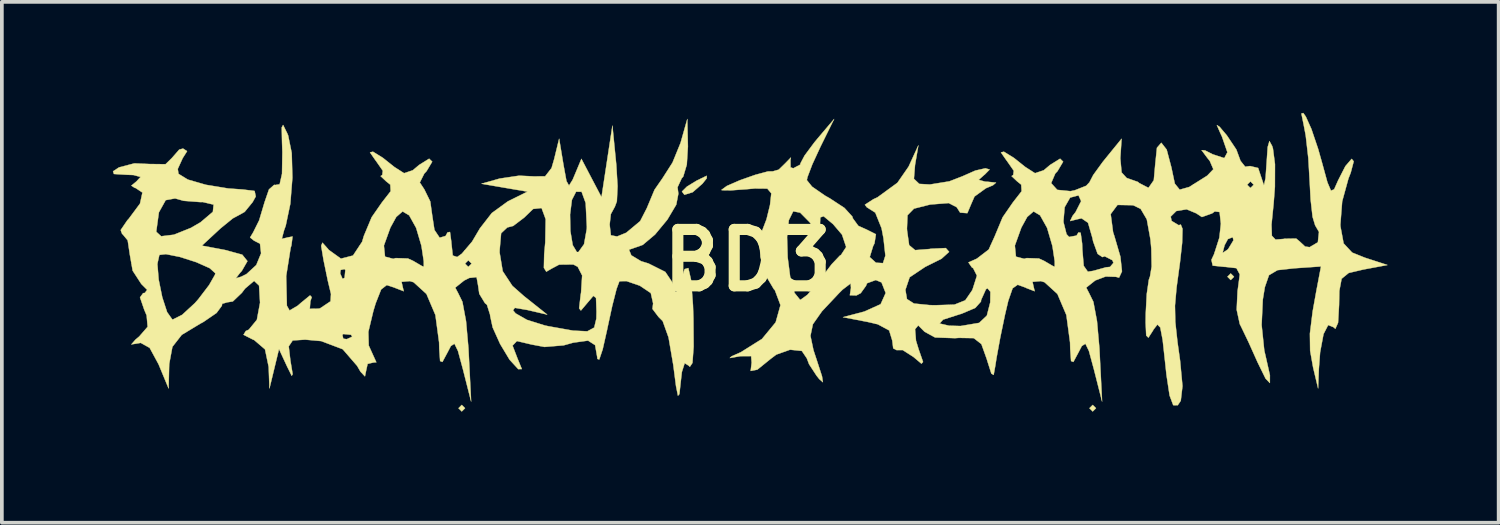
<source format=kicad_pcb>
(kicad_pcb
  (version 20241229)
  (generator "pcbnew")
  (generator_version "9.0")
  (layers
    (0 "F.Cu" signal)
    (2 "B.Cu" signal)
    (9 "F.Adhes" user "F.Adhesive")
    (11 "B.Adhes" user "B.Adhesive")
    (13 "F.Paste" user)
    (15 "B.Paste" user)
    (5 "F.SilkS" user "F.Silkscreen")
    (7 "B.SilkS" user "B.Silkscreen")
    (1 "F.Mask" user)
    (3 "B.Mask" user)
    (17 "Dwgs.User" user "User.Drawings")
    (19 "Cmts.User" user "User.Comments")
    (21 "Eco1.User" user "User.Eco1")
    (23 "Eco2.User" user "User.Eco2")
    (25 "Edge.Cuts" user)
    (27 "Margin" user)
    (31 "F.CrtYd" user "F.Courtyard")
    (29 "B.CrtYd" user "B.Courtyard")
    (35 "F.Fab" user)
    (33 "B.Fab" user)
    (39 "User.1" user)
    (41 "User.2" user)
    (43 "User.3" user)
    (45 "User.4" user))
  (footprint "BD3"
    (layer "F.Cu")
    (at 17.156 3.985)
    (property "Reference" "BD3" (at 0 0 0) (layer "F.SilkS") (effects (font (size 1.524 1.524) (thickness 0.3))))
    (attr through_hole)
    (fp_poly (pts (xy -7.638 3.997) (xy -7.727 4.085) (xy -7.815 3.997) (xy -7.727 3.908) (xy -7.638 3.997)) (stroke (width 0.01) (type solid)) (fill yes) (layer "F.SilkS"))
    (fp_poly (pts (xy 9.414 3.997) (xy 9.325 4.085) (xy 9.236 3.997) (xy 9.325 3.908) (xy 9.414 3.997)) (stroke (width 0.01) (type solid)) (fill yes) (layer "F.SilkS"))
    (fp_poly (pts (xy 13.144 0.444) (xy 13.055 0.533) (xy 12.966 0.444) (xy 13.055 0.355) (xy 13.144 0.444)) (stroke (width 0.01) (type solid)) (fill yes) (layer "F.SilkS"))
    (fp_poly (pts (xy -1.106 -2.217) (xy -1.221 -2.072) (xy -1.486 -1.84) (xy -1.709 -1.771) (xy -1.776 -1.859) (xy -1.639 -1.994) (xy -1.377 -2.154) (xy -1.107 -2.285) (xy -1.106 -2.217)) (stroke (width 0.01) (type solid)) (fill yes) (layer "F.SilkS"))
    (fp_poly (pts (xy -1.615 -3.074) (xy -1.645 -2.586) (xy -1.741 -2.263) (xy -1.783 -2.216) (xy -1.895 -1.974) (xy -1.873 -1.8) (xy -1.93 -1.504) (xy -2.171 -1.098) (xy -2.503 -0.697) (xy -2.835 -0.417) (xy -3.01 -0.355) (xy -3.207 -0.287) (xy -3.145 -0.135) (xy -2.881 0.024) (xy -2.682 0.085) (xy -2.226 0.313) (xy -2.042 0.587) (xy -1.941 0.857) (xy -1.875 0.797) (xy -1.829 0.622) (xy -1.704 0.238) (xy -1.604 0.209) (xy -1.529 0.533) (xy -1.478 1.212) (xy -1.466 1.567) (xy -1.46 2.331) (xy -1.492 2.773) (xy -1.563 2.879) (xy -1.586 2.852) (xy -1.702 2.779) (xy -1.778 3.017) (xy -1.81 3.296) (xy -1.845 3.616) (xy -1.884 3.66) (xy -1.936 3.401) (xy -2.012 2.816) (xy -2.013 2.812) (xy -2.138 2.085) (xy -2.296 1.643) (xy -2.408 1.531) (xy -2.573 1.313) (xy -2.555 1.165) (xy -2.618 0.885) (xy -2.914 0.686) (xy -3.275 0.562) (xy -3.466 0.565) (xy -3.543 0.772) (xy -3.66 1.232) (xy -3.793 1.846) (xy -3.8 1.882) (xy -3.918 2.405) (xy -4.011 2.681) (xy -4.061 2.665) (xy -4.065 2.62) (xy -4.123 2.292) (xy -4.313 2.17) (xy -4.716 2.226) (xy -4.973 2.298) (xy -5.49 2.341) (xy -5.842 2.275) (xy -6.236 2.182) (xy -6.354 2.305) (xy -6.215 2.667) (xy -6.213 2.671) (xy -6.103 2.939) (xy -6.2 2.941) (xy -6.435 2.685) (xy -6.691 2.259) (xy -6.892 1.813) (xy -6.961 1.492) (xy -6.959 1.479) (xy -7.046 1.202) (xy -7.1 1.157) (xy -7.253 0.905) (xy -7.283 0.694) (xy -7.326 0.455) (xy -7.522 0.476) (xy -7.662 0.546) (xy -7.903 0.739) (xy -7.828 0.88) (xy -7.709 1.122) (xy -7.611 1.645) (xy -7.546 2.375) (xy -7.544 2.416) (xy -7.473 3.819) (xy -7.694 2.949) (xy -7.829 2.45) (xy -7.924 2.254) (xy -8.021 2.316) (xy -8.12 2.505) (xy -8.25 2.747) (xy -8.312 2.722) (xy -8.335 2.393) (xy -8.339 2.22) (xy -8.439 1.478) (xy -8.681 0.909) (xy -9.028 0.593) (xy -9.129 0.562) (xy -9.354 0.581) (xy -9.325 0.711) (xy -9.295 0.836) (xy -9.517 0.75) (xy -9.535 0.741) (xy -9.753 0.669) (xy -9.906 0.788) (xy -10.054 1.164) (xy -10.116 1.37) (xy -10.251 1.933) (xy -10.241 2.302) (xy -10.138 2.53) (xy -10.035 2.757) (xy -10.111 2.761) (xy -10.271 2.799) (xy -10.308 2.965) (xy -10.343 3.137) (xy -10.463 3.01) (xy -10.556 2.851) (xy -10.944 2.403) (xy -11.525 2.183) (xy -11.959 2.144) (xy -12.296 2.166) (xy -12.403 2.325) (xy -12.358 2.709) (xy -12.297 3.077) (xy -12.322 3.121) (xy -12.45 2.864) (xy -12.46 2.842) (xy -12.666 2.398) (xy -12.924 3.464) (xy -12.945 2.881) (xy -13.044 2.406) (xy -13.337 2.155) (xy -13.366 2.144) (xy -13.624 2.013) (xy -13.624 2.013) (xy -10.953 2.013) (xy -10.929 2.119) (xy -10.835 2.131) (xy -10.689 2.066) (xy -10.717 2.013) (xy -10.927 1.992) (xy -10.953 2.013) (xy -13.624 2.013) (xy -13.564 1.911) (xy -13.483 1.875) (xy -13.264 1.608) (xy -13.178 1.146) (xy -13.205 0.682) (xy -13.338 0.556) (xy -13.583 0.764) (xy -13.67 0.879) (xy -13.913 1.111) (xy -14.065 1.135) (xy -14.202 1.175) (xy -14.21 1.228) (xy -14.353 1.422) (xy -14.706 1.664) (xy -14.787 1.708) (xy -15.294 2.014) (xy -15.547 2.338) (xy -15.633 2.801) (xy -15.637 2.931) (xy -15.649 3.464) (xy -15.921 2.809) (xy -16.161 2.366) (xy -16.403 2.231) (xy -16.489 2.246) (xy -16.657 2.273) (xy -16.544 2.143) (xy -16.445 2.06) (xy -16.216 1.797) (xy -16.243 1.489) (xy -16.308 1.335) (xy -16.422 1.003) (xy -16.338 0.887) (xy -16.293 0.882) (xy -16.229 0.798) (xy -16.386 0.641) (xy -16.621 0.28) (xy -16.653 0.095) (xy -15.953 0.095) (xy -15.918 0.52) (xy -15.821 0.998) (xy -15.69 1.4) (xy -15.552 1.595) (xy -15.534 1.599) (xy -15.283 1.473) (xy -14.942 1.159) (xy -14.847 1.052) (xy -14.555 0.669) (xy -14.397 0.392) (xy -14.387 0.349) (xy -14.539 0.212) (xy -14.903 0.05) (xy -15.343 -0.091) (xy -15.723 -0.167) (xy -15.899 -0.146) (xy -15.953 0.095) (xy -16.653 0.095) (xy -16.697 -0.153) (xy -16.755 -0.539) (xy -16.896 -0.71) (xy -16.905 -0.71) (xy -16.927 -0.772) (xy -15.984 -0.772) (xy -15.85 -0.65) (xy -15.506 -0.692) (xy -15.045 -0.877) (xy -14.787 -1.027) (xy -14.453 -1.31) (xy -14.433 -1.505) (xy -14.727 -1.575) (xy -14.787 -1.573) (xy -15.244 -1.608) (xy -15.474 -1.673) (xy -15.728 -1.626) (xy -15.912 -1.296) (xy -15.984 -0.772) (xy -16.927 -0.772) (xy -16.944 -0.818) (xy -16.765 -1.081) (xy -16.727 -1.122) (xy -16.422 -1.533) (xy -16.357 -1.831) (xy -16.545 -1.956) (xy -16.563 -1.957) (xy -16.656 -2.018) (xy -16.519 -2.131) (xy -16.407 -2.253) (xy -16.599 -2.305) (xy -16.785 -2.312) (xy -17.127 -2.333) (xy -17.151 -2.405) (xy -16.99 -2.511) (xy -16.574 -2.62) (xy -16.162 -2.602) (xy -15.732 -2.597) (xy -15.564 -2.761) (xy -15.362 -2.992) (xy -15.259 -3.02) (xy -15.15 -2.949) (xy -15.269 -2.761) (xy -15.402 -2.469) (xy -15.382 -2.337) (xy -15.13 -2.182) (xy -14.643 -2.041) (xy -14.04 -1.942) (xy -13.647 -1.914) (xy -13.325 -1.874) (xy -13.294 -1.726) (xy -13.379 -1.572) (xy -13.594 -1.309) (xy -13.71 -1.243) (xy -13.913 -1.134) (xy -14.244 -0.865) (xy -14.293 -0.82) (xy -14.75 -0.396) (xy -14.125 -0.279) (xy -13.659 -0.152) (xy -13.519 0.022) (xy -13.672 0.288) (xy -13.721 0.341) (xy -13.833 0.486) (xy -13.688 0.443) (xy -13.544 0.371) (xy -13.28 0.128) (xy -13.15 -0.188) (xy -13.179 -0.449) (xy -13.343 -0.533) (xy -13.447 -0.617) (xy -13.364 -0.755) (xy -13.203 -1.078) (xy -13.063 -1.547) (xy -13.061 -1.556) (xy -12.937 -1.916) (xy -12.794 -2.041) (xy -12.774 -2.034) (xy -12.648 -2.055) (xy -12.584 -2.339) (xy -12.575 -2.926) (xy -12.584 -3.197) (xy -12.592 -3.59) (xy -12.555 -3.658) (xy -12.443 -3.431) (xy -12.419 -3.375) (xy -12.322 -2.9) (xy -12.304 -2.233) (xy -12.36 -1.528) (xy -12.484 -0.936) (xy -12.528 -0.815) (xy -12.59 -0.581) (xy -12.448 -0.613) (xy -12.445 -0.615) (xy -12.3 -0.643) (xy -12.33 -0.404) (xy -12.351 -0.336) (xy -12.472 0.426) (xy -12.453 1.226) (xy -12.38 1.356) (xy -12.16 1.226) (xy -12.071 1.148) (xy -11.826 0.948) (xy -11.781 0.996) (xy -11.818 1.107) (xy -11.834 1.31) (xy -11.595 1.307) (xy -11.555 1.297) (xy -11.273 1.108) (xy -11.261 0.91) (xy -11.349 0.542) (xy -11.387 0.355) (xy -11.013 0.355) (xy -10.948 0.501) (xy -10.894 0.474) (xy -10.873 0.263) (xy -10.894 0.237) (xy -11 0.261) (xy -11.013 0.355) (xy -11.387 0.355) (xy -11.453 0.037) (xy -11.461 0) (xy -11.526 -0.39) (xy -11.492 -0.477) (xy -11.339 -0.305) (xy -11.322 -0.282) (xy -10.992 -0.045) (xy -10.666 -0.129) (xy -10.488 -0.398) (xy -9.831 -0.398) (xy -9.801 -0.099) (xy -9.577 -0.04) (xy -9.513 -0.06) (xy -9.182 -0.049) (xy -9.043 0.014) (xy -8.805 0.153) (xy -8.752 0.175) (xy -8.753 0.089) (xy -7.638 0.089) (xy -7.549 0.178) (xy -7.46 0.089) (xy -7.549 0) (xy -7.638 0.089) (xy -8.753 0.089) (xy -8.754 0.024) (xy -8.81 -0.348) (xy -8.819 -0.4) (xy -8.96 -0.877) (xy -9.148 -1.215) (xy -9.149 -1.216) (xy -9.325 -1.321) (xy -9.497 -1.172) (xy -9.656 -0.883) (xy -9.831 -0.398) (xy -10.488 -0.398) (xy -10.419 -0.502) (xy -10.373 -0.658) (xy -10.161 -1.165) (xy -9.884 -1.564) (xy -9.648 -1.867) (xy -9.658 -2.045) (xy -9.774 -2.138) (xy -9.92 -2.276) (xy -9.875 -2.306) (xy -9.86 -2.42) (xy -10.047 -2.689) (xy -10.053 -2.695) (xy -10.207 -2.916) (xy -10.126 -2.935) (xy -9.858 -2.769) (xy -9.547 -2.521) (xy -9.286 -2.354) (xy -9.05 -2.433) (xy -8.881 -2.576) (xy -8.608 -2.746) (xy -8.525 -2.666) (xy -8.679 -2.408) (xy -8.739 -2.345) (xy -8.861 -2.103) (xy -8.739 -1.918) (xy -8.578 -1.59) (xy -8.526 -1.218) (xy -8.465 -0.821) (xy -8.324 -0.611) (xy -8.164 -0.657) (xy -8.111 -0.754) (xy -8.045 -0.766) (xy -8.008 -0.492) (xy -8.007 -0.467) (xy -7.97 -0.129) (xy -7.851 -0.089) (xy -7.725 -0.179) (xy -7.663 -0.252) (xy -6.705 -0.252) (xy -6.704 -0.212) (xy -6.62 0.294) (xy -6.36 0.689) (xy -6.047 0.966) (xy -5.417 1.467) (xy -5.95 1.343) (xy -6.292 1.284) (xy -6.341 1.351) (xy -6.27 1.435) (xy -5.963 1.61) (xy -5.481 1.761) (xy -5.382 1.782) (xy -4.721 1.9) (xy -4.334 1.919) (xy -4.147 1.818) (xy -4.089 1.575) (xy -4.085 1.387) (xy -4.098 1.017) (xy -4.17 0.96) (xy -4.344 1.165) (xy -4.507 1.358) (xy -4.555 1.297) (xy -4.513 0.937) (xy -4.502 0.87) (xy -4.473 0.409) (xy -4.593 0.175) (xy -4.711 0.112) (xy -5.094 0.116) (xy -5.289 0.219) (xy -5.442 0.308) (xy -5.507 0.202) (xy -5.499 -0.162) (xy -5.47 -0.489) (xy -5.459 -1.111) (xy -5.505 -1.238) (xy -4.8 -1.238) (xy -4.791 -0.789) (xy -4.728 -0.41) (xy -4.616 -0.224) (xy -4.574 -0.224) (xy -4.422 -0.435) (xy -4.348 -0.849) (xy -4.346 -0.905) (xy -4.378 -1.549) (xy -4.488 -1.853) (xy -4.637 -1.854) (xy -4.75 -1.634) (xy -4.8 -1.238) (xy -5.505 -1.238) (xy -5.57 -1.413) (xy -5.798 -1.388) (xy -6.039 -1.155) (xy -6.337 -0.929) (xy -6.496 -0.888) (xy -6.663 -0.731) (xy -6.705 -0.252) (xy -7.663 -0.252) (xy -7.448 -0.505) (xy -7.235 -0.865) (xy -6.915 -1.277) (xy -6.482 -1.592) (xy -5.95 -1.856) (xy -6.572 -1.962) (xy -7.194 -2.069) (xy -6.702 -2.209) (xy -6.176 -2.287) (xy -5.786 -2.268) (xy -5.473 -2.27) (xy -5.3 -2.493) (xy -5.229 -2.737) (xy -5.095 -3.286) (xy -4.977 -2.576) (xy -4.897 -2.141) (xy -4.828 -2.02) (xy -4.73 -2.177) (xy -4.676 -2.304) (xy -4.493 -2.742) (xy -4.222 -2.225) (xy -3.95 -1.707) (xy -3.655 -3.641) (xy -3.55 -2.576) (xy -3.516 -2.003) (xy -3.535 -1.594) (xy -3.588 -1.451) (xy -3.698 -1.249) (xy -3.73 -0.966) (xy -3.697 -0.676) (xy -3.529 -0.644) (xy -3.282 -0.745) (xy -2.905 -1.059) (xy -2.726 -1.407) (xy -2.517 -1.907) (xy -2.3 -2.22) (xy -2.031 -2.641) (xy -1.814 -3.172) (xy -1.807 -3.197) (xy -1.631 -3.819) (xy -1.615 -3.074)) (stroke (width 0.01) (type solid)) (fill yes) (layer "F.SilkS"))
    (fp_poly (pts (xy 15.086 -3.88) (xy 15.236 -3.547) (xy 15.417 -3.012) (xy 15.523 -2.637) (xy 15.668 -2.108) (xy 15.764 -1.882) (xy 15.85 -1.918) (xy 15.957 -2.159) (xy 16.153 -2.543) (xy 16.324 -2.742) (xy 16.379 -2.674) (xy 16.298 -2.367) (xy 16.236 -2.209) (xy 16.067 -1.593) (xy 16.018 -0.963) (xy 16.021 -0.915) (xy 16.106 -0.457) (xy 16.337 -0.209) (xy 16.683 -0.07) (xy 17.291 0.127) (xy 16.638 0.249) (xy 16.243 0.342) (xy 16.052 0.498) (xy 15.99 0.826) (xy 15.983 1.207) (xy 15.956 1.686) (xy 15.883 1.851) (xy 15.83 1.806) (xy 15.689 1.749) (xy 15.563 1.993) (xy 15.471 2.483) (xy 15.437 2.931) (xy 15.417 3.464) (xy 15.281 2.893) (xy 15.201 2.442) (xy 15.195 1.981) (xy 15.269 1.384) (xy 15.367 0.838) (xy 15.495 0.166) (xy 14.768 0.216) (xy 14.319 0.266) (xy 14.089 0.402) (xy 13.977 0.725) (xy 13.922 1.061) (xy 13.89 1.746) (xy 13.962 2.437) (xy 13.993 2.569) (xy 14.114 3.105) (xy 14.113 3.316) (xy 13.997 3.197) (xy 13.774 2.742) (xy 13.766 2.723) (xy 13.535 2.209) (xy 13.334 1.79) (xy 13.3 1.724) (xy 13.216 1.335) (xy 13.24 0.826) (xy 13.246 0.791) (xy 13.3 0.381) (xy 13.209 0.212) (xy 12.912 0.178) (xy 12.891 0.178) (xy 12.568 0.144) (xy 12.533 -0.012) (xy 12.605 -0.166) (xy 12.616 -0.2) (xy 12.835 -0.2) (xy 12.965 -0.285) (xy 12.988 -0.308) (xy 13.129 -0.541) (xy 13.11 -0.626) (xy 12.978 -0.573) (xy 12.889 -0.407) (xy 12.835 -0.2) (xy 12.616 -0.2) (xy 12.748 -0.613) (xy 12.789 -0.987) (xy 12.754 -1.305) (xy 12.624 -1.321) (xy 12.554 -1.269) (xy 12.276 -1.17) (xy 12.122 -1.271) (xy 11.864 -1.378) (xy 11.586 -1.333) (xy 11.433 -1.181) (xy 11.458 -1.064) (xy 11.651 -0.948) (xy 11.705 -0.966) (xy 11.752 -0.851) (xy 11.742 -0.471) (xy 11.684 0.053) (xy 11.591 0.738) (xy 11.548 1.226) (xy 11.557 1.666) (xy 11.616 2.207) (xy 11.687 2.715) (xy 11.751 3.398) (xy 11.705 3.795) (xy 11.623 3.917) (xy 11.501 3.915) (xy 11.403 3.654) (xy 11.318 3.092) (xy 11.287 2.801) (xy 11.216 2.155) (xy 11.151 1.815) (xy 11.074 1.736) (xy 10.969 1.87) (xy 10.953 1.9) (xy 10.83 2.091) (xy 10.771 2.033) (xy 10.755 1.683) (xy 10.758 1.446) (xy 10.786 0.912) (xy 10.842 0.526) (xy 10.874 0.435) (xy 10.918 0.17) (xy 10.909 -0.308) (xy 10.886 -0.562) (xy 10.787 -1.107) (xy 10.621 -1.39) (xy 10.417 -1.489) (xy 9.995 -1.497) (xy 9.811 -1.249) (xy 9.876 -0.758) (xy 9.911 -0.653) (xy 10.073 -0.098) (xy 10.116 0.299) (xy 10.037 0.469) (xy 9.951 0.446) (xy 9.676 0.438) (xy 9.394 0.544) (xy 9.15 0.738) (xy 9.224 0.88) (xy 9.343 1.122) (xy 9.441 1.645) (xy 9.506 2.375) (xy 9.508 2.416) (xy 9.579 3.819) (xy 9.358 2.949) (xy 9.223 2.45) (xy 9.128 2.254) (xy 9.031 2.316) (xy 8.932 2.505) (xy 8.802 2.747) (xy 8.74 2.722) (xy 8.717 2.393) (xy 8.713 2.22) (xy 8.613 1.478) (xy 8.371 0.909) (xy 8.024 0.593) (xy 7.923 0.562) (xy 7.698 0.581) (xy 7.727 0.711) (xy 7.757 0.836) (xy 7.538 0.752) (xy 7.508 0.736) (xy 7.298 0.66) (xy 7.16 0.757) (xy 7.043 1.094) (xy 6.954 1.473) (xy 6.825 2.095) (xy 6.725 2.641) (xy 6.694 2.842) (xy 6.648 3.097) (xy 6.586 3.062) (xy 6.474 2.71) (xy 6.461 2.666) (xy 6.317 2.264) (xy 6.11 2.103) (xy 5.71 2.096) (xy 5.604 2.104) (xy 5.065 2.085) (xy 4.781 1.93) (xy 4.61 1.759) (xy 4.524 1.863) (xy 4.549 2.171) (xy 4.622 2.409) (xy 4.74 2.746) (xy 4.697 2.794) (xy 4.48 2.611) (xy 4.189 2.425) (xy 4.026 2.427) (xy 3.934 2.379) (xy 3.908 2.169) (xy 3.824 1.894) (xy 3.516 1.729) (xy 3.428 1.708) (xy 5.186 1.708) (xy 5.442 1.767) (xy 5.754 1.776) (xy 6.256 1.691) (xy 6.464 1.495) (xy 6.556 1.136) (xy 6.56 0.85) (xy 6.481 0.755) (xy 6.439 0.784) (xy 6.308 1.074) (xy 6.306 1.114) (xy 6.152 1.286) (xy 5.778 1.445) (xy 5.728 1.459) (xy 5.281 1.603) (xy 5.186 1.708) (xy 3.428 1.708) (xy 3.242 1.665) (xy 2.576 1.537) (xy 3.153 1.385) (xy 3.594 1.186) (xy 3.73 0.883) (xy 3.618 0.598) (xy 3.464 0.533) (xy 3.227 0.619) (xy 3.197 0.691) (xy 3.056 0.887) (xy 2.94 0.949) (xy 2.762 0.944) (xy 2.792 0.746) (xy 2.783 0.626) (xy 2.566 0.791) (xy 2.469 0.888) (xy 2.007 1.379) (xy 1.762 1.728) (xy 1.697 2.041) (xy 1.778 2.427) (xy 1.863 2.684) (xy 2.009 3.134) (xy 2.033 3.295) (xy 1.935 3.21) (xy 1.863 3.119) (xy 1.659 2.807) (xy 1.599 2.649) (xy 1.464 2.449) (xy 1.146 2.416) (xy 0.776 2.547) (xy 0.627 2.659) (xy 0.261 2.955) (xy 0.081 2.99) (xy 0.108 2.766) (xy 0.094 2.589) (xy -0.193 2.591) (xy -0.208 2.593) (xy -0.482 2.641) (xy -0.441 2.598) (xy -0.183 2.483) (xy 0.387 2.125) (xy 0.757 1.676) (xy 0.887 1.211) (xy 0.736 0.809) (xy 0.707 0.778) (xy 0.488 0.409) (xy 0.345 -0.094) (xy 0.317 -0.558) (xy 0.338 -0.632) (xy 1.065 -0.632) (xy 1.081 -0.081) (xy 1.151 0.46) (xy 1.265 0.879) (xy 1.414 1.064) (xy 1.43 1.066) (xy 1.614 0.933) (xy 1.895 0.604) (xy 1.98 0.488) (xy 2.271 0.106) (xy 2.491 -0.126) (xy 2.525 -0.148) (xy 2.662 -0.359) (xy 2.55 -0.694) (xy 2.309 -0.977) (xy 2.052 -1.191) (xy 1.963 -1.159) (xy 1.954 -0.965) (xy 1.931 -0.759) (xy 1.821 -0.83) (xy 1.675 -1.029) (xy 1.42 -1.287) (xy 1.231 -1.325) (xy 1.112 -1.084) (xy 1.065 -0.632) (xy 0.338 -0.632) (xy 0.367 -0.737) (xy 0.509 -1.108) (xy 0.604 -1.495) (xy 0.639 -1.81) (xy 0.531 -1.938) (xy 0.19 -1.941) (xy -0.009 -1.923) (xy -0.449 -1.891) (xy -0.693 -1.894) (xy -0.71 -1.902) (xy -0.562 -2.01) (xy -0.211 -2.163) (xy 0.206 -2.31) (xy 0.549 -2.402) (xy 0.676 -2.403) (xy 0.84 -2.45) (xy 1.017 -2.623) (xy 1.168 -2.778) (xy 1.157 -2.709) (xy 1.159 -2.512) (xy 1.233 -2.487) (xy 1.419 -2.585) (xy 1.427 -2.62) (xy 1.537 -2.829) (xy 1.8 -3.183) (xy 1.885 -3.286) (xy 2.337 -3.819) (xy 1.968 -3.071) (xy 1.748 -2.595) (xy 1.616 -2.248) (xy 1.599 -2.167) (xy 1.74 -1.991) (xy 2.094 -1.746) (xy 2.22 -1.675) (xy 2.616 -1.415) (xy 2.829 -1.182) (xy 2.842 -1.135) (xy 2.991 -0.931) (xy 3.21 -0.833) (xy 3.466 -0.705) (xy 3.427 -0.457) (xy 3.391 -0.386) (xy 3.299 -0.087) (xy 3.467 0.065) (xy 3.657 0.076) (xy 3.722 -0.126) (xy 3.671 -0.592) (xy 3.619 -0.866) (xy 3.449 -1.289) (xy 3.219 -1.435) (xy 3.168 -1.502) (xy 3.398 -1.651) (xy 3.508 -1.702) (xy 4.047 -2.095) (xy 4.349 -2.531) (xy 4.614 -3.108) (xy 4.523 -2.576) (xy 4.493 -2.203) (xy 4.638 -2.065) (xy 4.925 -2.049) (xy 5.451 -2.134) (xy 5.805 -2.271) (xy 6.153 -2.425) (xy 6.426 -2.487) (xy 6.54 -2.453) (xy 6.405 -2.316) (xy 6.394 -2.309) (xy 6.243 -2.174) (xy 6.416 -2.126) (xy 6.483 -2.123) (xy 6.713 -2.099) (xy 6.628 -2.027) (xy 6.439 -1.948) (xy 6.13 -1.724) (xy 6.039 -1.516) (xy 5.937 -1.274) (xy 5.742 -1.289) (xy 5.649 -1.436) (xy 5.433 -1.547) (xy 4.937 -1.508) (xy 4.926 -1.506) (xy 4.495 -1.397) (xy 4.32 -1.218) (xy 4.305 -0.858) (xy 4.309 -0.798) (xy 4.364 -0.41) (xy 4.526 -0.275) (xy 4.91 -0.305) (xy 4.957 -0.313) (xy 5.355 -0.331) (xy 5.445 -0.229) (xy 5.237 -0.041) (xy 4.8 0.176) (xy 4.377 0.459) (xy 4.263 0.798) (xy 4.305 1.047) (xy 4.494 1.168) (xy 4.922 1.211) (xy 5.069 1.214) (xy 5.59 1.197) (xy 5.881 1.081) (xy 6.064 0.815) (xy 6.08 0.78) (xy 6.196 0.415) (xy 6.095 0.214) (xy 6.058 0.19) (xy 5.967 0.057) (xy 6.194 -0.045) (xy 6.515 -0.291) (xy 6.563 -0.398) (xy 7.221 -0.398) (xy 7.25 -0.099) (xy 7.475 -0.04) (xy 7.539 -0.06) (xy 7.87 -0.049) (xy 8.009 0.014) (xy 8.247 0.153) (xy 8.299 0.175) (xy 8.298 0.024) (xy 8.242 -0.348) (xy 8.232 -0.4) (xy 8.092 -0.877) (xy 8 -1.042) (xy 8.533 -1.042) (xy 8.618 -0.706) (xy 8.688 -0.631) (xy 8.887 -0.668) (xy 8.941 -0.754) (xy 8.999 -0.744) (xy 9.039 -0.453) (xy 9.045 -0.292) (xy 9.082 0.15) (xy 9.194 0.308) (xy 9.34 0.285) (xy 9.685 0.189) (xy 9.794 0.178) (xy 9.886 0.068) (xy 9.856 -0.003) (xy 9.649 -0.109) (xy 9.588 -0.087) (xy 9.458 -0.174) (xy 9.336 -0.512) (xy 9.317 -0.604) (xy 9.198 -1.015) (xy 9.023 -1.135) (xy 8.908 -1.109) (xy 8.715 -1.061) (xy 8.78 -1.199) (xy 8.862 -1.303) (xy 9.012 -1.599) (xy 8.942 -1.755) (xy 8.715 -1.695) (xy 8.567 -1.436) (xy 8.533 -1.042) (xy 8 -1.042) (xy 7.903 -1.215) (xy 7.903 -1.216) (xy 7.727 -1.321) (xy 7.555 -1.172) (xy 7.396 -0.883) (xy 7.221 -0.398) (xy 6.563 -0.398) (xy 6.676 -0.647) (xy 6.891 -1.163) (xy 7.168 -1.564) (xy 7.404 -1.867) (xy 7.393 -2.045) (xy 7.278 -2.138) (xy 7.132 -2.276) (xy 7.177 -2.306) (xy 7.192 -2.42) (xy 7.005 -2.689) (xy 6.999 -2.695) (xy 6.845 -2.916) (xy 6.925 -2.935) (xy 7.194 -2.769) (xy 7.505 -2.521) (xy 7.766 -2.354) (xy 8.002 -2.433) (xy 8.171 -2.576) (xy 8.444 -2.746) (xy 8.526 -2.666) (xy 8.373 -2.408) (xy 8.313 -2.345) (xy 8.202 -2.086) (xy 8.367 -1.904) (xy 8.725 -1.868) (xy 8.84 -1.892) (xy 9.149 -2.014) (xy 9.237 -2.108) (xy 9.34 -2.306) (xy 9.593 -2.655) (xy 9.672 -2.753) (xy 10.106 -3.286) (xy 10.071 -2.758) (xy 10.106 -2.375) (xy 10.243 -2.225) (xy 10.547 -2.118) (xy 10.583 -2.087) (xy 10.832 -1.958) (xy 10.976 -2.164) (xy 11.013 -2.576) (xy 11.061 -3.041) (xy 11.179 -3.177) (xy 11.324 -2.992) (xy 11.456 -2.493) (xy 11.456 -2.489) (xy 11.544 -2.072) (xy 11.676 -1.909) (xy 11.935 -1.982) (xy 12.031 -2.043) (xy 13.499 -2.043) (xy 13.588 -1.954) (xy 13.677 -2.043) (xy 13.588 -2.131) (xy 13.499 -2.043) (xy 12.031 -2.043) (xy 12.4 -2.275) (xy 12.422 -2.29) (xy 12.586 -2.461) (xy 12.49 -2.684) (xy 12.422 -2.769) (xy 12.267 -2.977) (xy 12.361 -2.97) (xy 12.567 -2.865) (xy 12.881 -2.762) (xy 12.965 -2.919) (xy 12.819 -3.342) (xy 12.777 -3.431) (xy 12.68 -3.654) (xy 12.751 -3.611) (xy 12.951 -3.375) (xy 13.207 -2.993) (xy 13.318 -2.692) (xy 13.318 -2.69) (xy 13.446 -2.529) (xy 13.577 -2.547) (xy 13.796 -2.495) (xy 13.906 -2.166) (xy 13.953 -2.027) (xy 13.996 -2.22) (xy 14.021 -2.576) (xy 14.054 -3.061) (xy 14.101 -3.222) (xy 14.174 -3.09) (xy 14.196 -3.02) (xy 14.251 -2.598) (xy 14.249 -1.986) (xy 14.215 -1.54) (xy 14.157 -0.964) (xy 14.167 -0.663) (xy 14.266 -0.56) (xy 14.48 -0.577) (xy 14.51 -0.583) (xy 14.824 -0.588) (xy 14.92 -0.508) (xy 15.065 -0.372) (xy 15.187 -0.355) (xy 15.41 -0.487) (xy 15.44 -0.768) (xy 15.336 -0.946) (xy 15.267 -1.175) (xy 15.214 -1.645) (xy 15.191 -2.086) (xy 15.152 -2.76) (xy 15.082 -3.372) (xy 15.031 -3.641) (xy 14.965 -3.966) (xy 15.016 -3.98) (xy 15.086 -3.88)) (stroke (width 0.01) (type solid)) (fill yes) (layer "F.SilkS")))
  (gr_rect
    (start -3 -3)
    (end 37.452 11.076)
    (stroke (width 0.1) (type default))
    (fill no)
    (layer "Edge.Cuts")))
</source>
